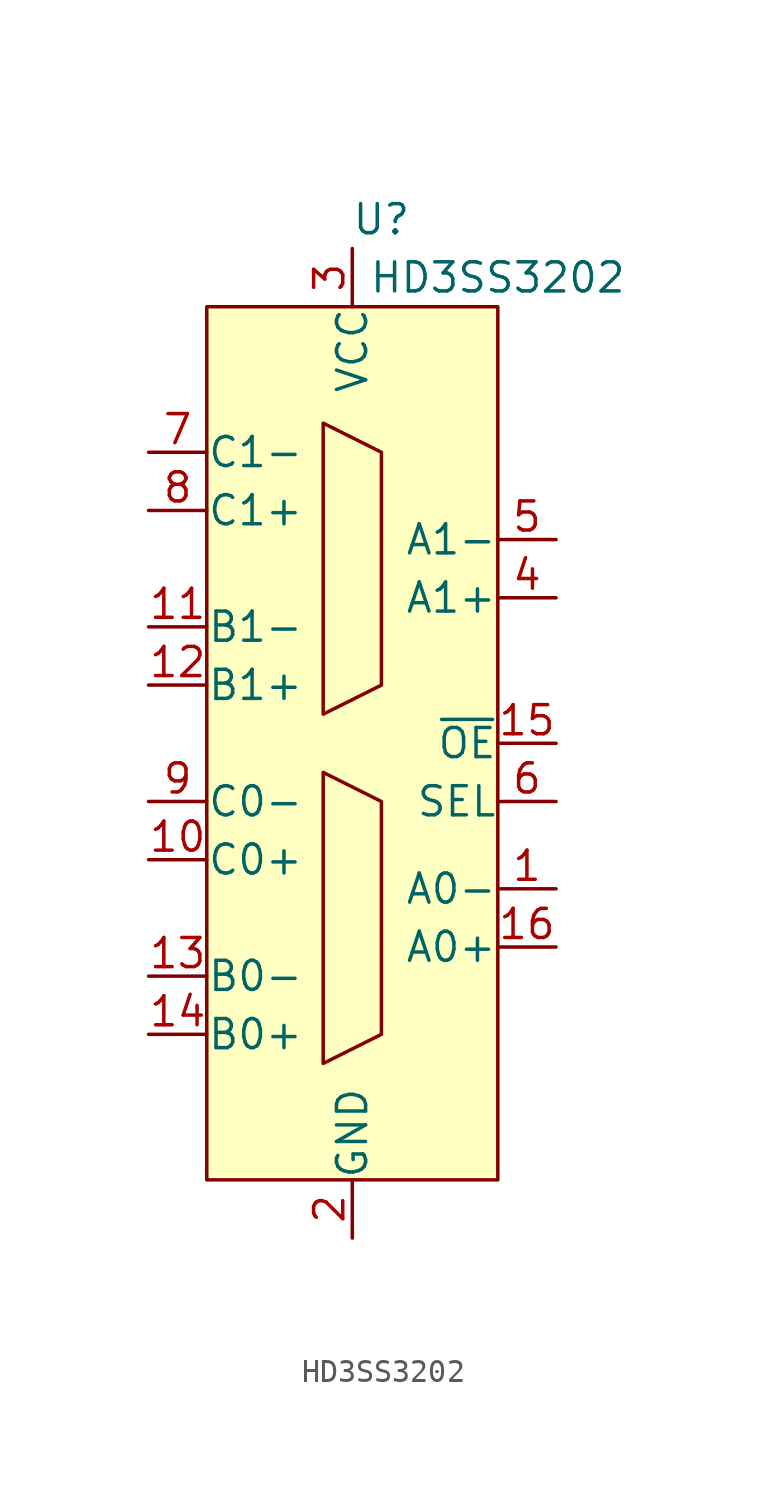
<source format=kicad_sym>
(kicad_symbol_lib
  (version 20220914)
  (generator kicad_symbol_editor)
  (symbol "HD3SS3202"
    (pin_names
      (offset 0.002))
    (property "Reference" "U"
      (at 1.27 22.86 0)
      (effects (font (size 1.27 1.27))))
    (property "Value" "HD3SS3202"
      (at 6.35 20.32 0)
      (effects (font (size 1.27 1.27))))
    (symbol "HD3SS3202_0_1"
      (polyline (pts (xy -1.27 -1.27) (xy -1.27 -13.97) (xy 1.27 -12.7) (xy 1.27 -2.54) (xy -1.27 -1.27)) (stroke (width 0) (type default)) (fill (type none)))
      (polyline (pts (xy -1.27 13.97) (xy -1.27 1.27) (xy 1.27 2.54) (xy 1.27 12.7) (xy -1.27 13.97)) (stroke (width 0) (type default)) (fill (type none))))
    (symbol "HD3SS3202_1_1"
      (rectangle (start -6.35 19.05) (end 6.35 -19.05) (stroke (width 0) (type default)) (fill (type background)))
      (pin bidirectional line (at 8.89 -6.35 180) (length 2.54) (name "A0-" (effects (font (size 1.27 1.27)))) (number "1" (effects (font (size 1.27 1.27)))))
      (pin bidirectional line (at -8.89 -5.08 0) (length 2.54) (name "C0+" (effects (font (size 1.27 1.27)))) (number "10" (effects (font (size 1.27 1.27)))))
      (pin bidirectional line (at -8.89 5.08 0) (length 2.54) (name "B1-" (effects (font (size 1.27 1.27)))) (number "11" (effects (font (size 1.27 1.27)))))
      (pin bidirectional line (at -8.89 2.54 0) (length 2.54) (name "B1+" (effects (font (size 1.27 1.27)))) (number "12" (effects (font (size 1.27 1.27)))))
      (pin bidirectional line (at -8.89 -10.16 0) (length 2.54) (name "B0-" (effects (font (size 1.27 1.27)))) (number "13" (effects (font (size 1.27 1.27)))))
      (pin bidirectional line (at -8.89 -12.7 0) (length 2.54) (name "B0+" (effects (font (size 1.27 1.27)))) (number "14" (effects (font (size 1.27 1.27)))))
      (pin input line (at 8.89 0 180) (length 2.54) (name "~{OE}" (effects (font (size 1.27 1.27)))) (number "15" (effects (font (size 1.27 1.27)))))
      (pin bidirectional line (at 8.89 -8.89 180) (length 2.54) (name "A0+" (effects (font (size 1.27 1.27)))) (number "16" (effects (font (size 1.27 1.27)))))
      (pin power_in line (at 0 -21.59 90) (length 2.54) (name "GND" (effects (font (size 1.27 1.27)))) (number "2" (effects (font (size 1.27 1.27)))))
      (pin power_in line (at 0 21.59 270) (length 2.54) (name "VCC" (effects (font (size 1.27 1.27)))) (number "3" (effects (font (size 1.27 1.27)))))
      (pin bidirectional line (at 8.89 6.35 180) (length 2.54) (name "A1+" (effects (font (size 1.27 1.27)))) (number "4" (effects (font (size 1.27 1.27)))))
      (pin bidirectional line (at 8.89 8.89 180) (length 2.54) (name "A1-" (effects (font (size 1.27 1.27)))) (number "5" (effects (font (size 1.27 1.27)))))
      (pin input line (at 8.89 -2.54 180) (length 2.54) (name "SEL" (effects (font (size 1.27 1.27)))) (number "6" (effects (font (size 1.27 1.27)))))
      (pin bidirectional line (at -8.89 12.7 0) (length 2.54) (name "C1-" (effects (font (size 1.27 1.27)))) (number "7" (effects (font (size 1.27 1.27)))))
      (pin bidirectional line (at -8.89 10.16 0) (length 2.54) (name "C1+" (effects (font (size 1.27 1.27)))) (number "8" (effects (font (size 1.27 1.27)))))
      (pin bidirectional line (at -8.89 -2.54 0) (length 2.54) (name "C0-" (effects (font (size 1.27 1.27)))) (number "9" (effects (font (size 1.27 1.27))))))))
</source>
